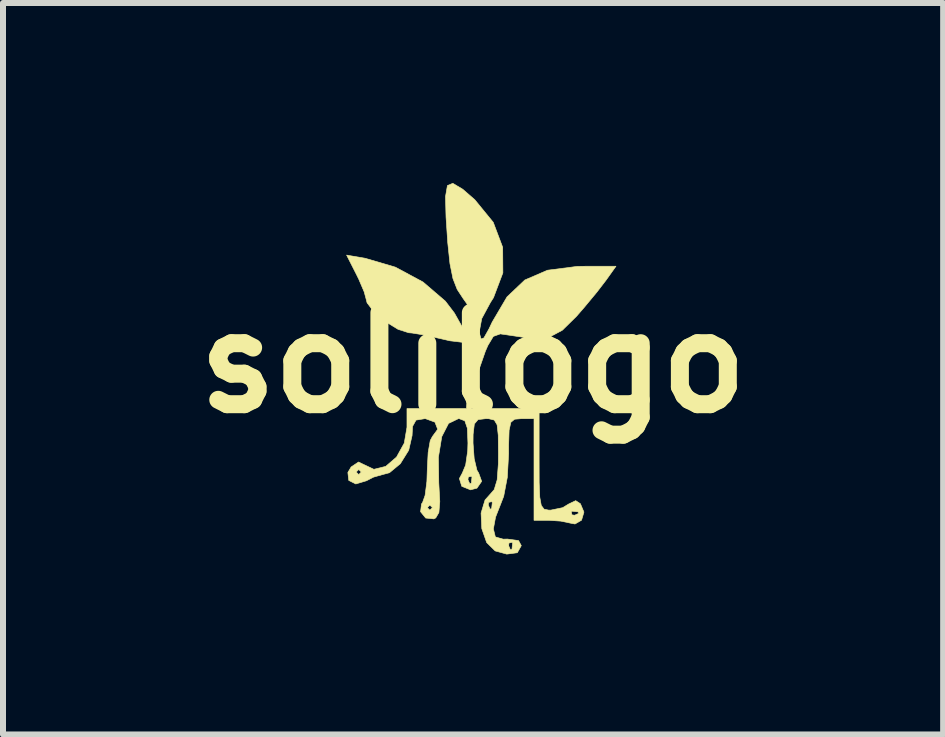
<source format=kicad_pcb>
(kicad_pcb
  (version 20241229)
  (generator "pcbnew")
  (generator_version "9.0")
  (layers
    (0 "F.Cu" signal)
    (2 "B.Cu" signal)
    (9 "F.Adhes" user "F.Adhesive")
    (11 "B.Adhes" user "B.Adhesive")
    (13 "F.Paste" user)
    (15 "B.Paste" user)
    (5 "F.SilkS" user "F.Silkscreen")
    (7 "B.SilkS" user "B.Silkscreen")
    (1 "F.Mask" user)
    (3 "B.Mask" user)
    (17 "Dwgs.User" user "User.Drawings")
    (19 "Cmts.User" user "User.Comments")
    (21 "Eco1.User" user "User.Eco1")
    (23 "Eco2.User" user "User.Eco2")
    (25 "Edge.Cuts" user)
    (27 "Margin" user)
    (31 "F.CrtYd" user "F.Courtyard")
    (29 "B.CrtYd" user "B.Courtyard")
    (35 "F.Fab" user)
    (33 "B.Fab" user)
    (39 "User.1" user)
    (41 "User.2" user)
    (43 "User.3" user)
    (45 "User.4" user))
  (footprint "solilogo"
    (layer "F.Cu")
    (at 4.833 2.996)
    (property "Reference" "solilogo" (at 0 0 0) (layer "F.SilkS") (effects (font (size 1.524 1.524) (thickness 0.3))))
    (attr through_hole)
    (fp_poly (pts (xy -1.794 -1.741) (xy -1.294 -1.594) (xy -0.833 -1.346) (xy -0.462 -1.028) (xy -0.311 -0.83) (xy -0.181 -0.599) (xy -0.105 -0.426) (xy -0.097 -0.365) (xy -0.189 -0.343) (xy -0.387 -0.367) (xy -0.508 -0.395) (xy -0.782 -0.457) (xy -1.014 -0.496) (xy -1.073 -0.501) (xy -1.25 -0.558) (xy -1.462 -0.688) (xy -1.652 -0.85) (xy -1.766 -1) (xy -1.778 -1.048) (xy -1.814 -1.182) (xy -1.905 -1.395) (xy -1.943 -1.472) (xy -2.107 -1.795) (xy -1.794 -1.741)) (stroke (width 0.01) (type solid)) (fill yes) (layer "F.SilkS"))
    (fp_poly (pts (xy -0.171 -2.892) (xy 0.029 -2.718) (xy 0.337 -2.341) (xy 0.494 -1.925) (xy 0.497 -1.499) (xy 0.341 -1.086) (xy 0.29 -1.006) (xy 0.145 -0.737) (xy 0.103 -0.512) (xy 0.106 -0.494) (xy 0.134 -0.397) (xy 0.181 -0.415) (xy 0.266 -0.566) (xy 0.32 -0.68) (xy 0.566 -1.098) (xy 0.863 -1.38) (xy 1.241 -1.543) (xy 1.732 -1.606) (xy 1.874 -1.609) (xy 2.382 -1.609) (xy 2.216 -1.376) (xy 2.064 -1.178) (xy 1.855 -0.926) (xy 1.724 -0.775) (xy 1.487 -0.542) (xy 1.265 -0.424) (xy 0.999 -0.401) (xy 0.659 -0.452) (xy 0.454 -0.482) (xy 0.338 -0.44) (xy 0.248 -0.29) (xy 0.206 -0.194) (xy 0.101 0.107) (xy 0.028 0.415) (xy 0.023 0.445) (xy -0.022 0.762) (xy 1.101 0.762) (xy 1.101 1.609) (xy 1.102 1.993) (xy 1.112 2.239) (xy 1.137 2.377) (xy 1.184 2.439) (xy 1.261 2.455) (xy 1.295 2.455) (xy 1.494 2.414) (xy 1.592 2.354) (xy 1.711 2.297) (xy 1.789 2.348) (xy 1.848 2.488) (xy 1.808 2.623) (xy 1.699 2.686) (xy 1.643 2.676) (xy 1.461 2.638) (xy 1.263 2.625) (xy 1.016 2.625) (xy 1.016 2.484) (xy 1.637 2.484) (xy 1.649 2.534) (xy 1.693 2.54) (xy 1.763 2.509) (xy 1.75 2.484) (xy 1.649 2.473) (xy 1.637 2.484) (xy 1.016 2.484) (xy 1.016 0.931) (xy 0.804 0.931) (xy 0.693 0.94) (xy 0.63 0.992) (xy 0.601 1.123) (xy 0.593 1.372) (xy 0.593 1.514) (xy 0.571 1.909) (xy 0.511 2.224) (xy 0.466 2.34) (xy 0.375 2.572) (xy 0.339 2.768) (xy 0.372 2.902) (xy 0.504 2.939) (xy 0.572 2.937) (xy 0.758 2.962) (xy 0.804 3.047) (xy 0.738 3.165) (xy 0.562 3.188) (xy 0.369 3.135) (xy 0.28 3.048) (xy 0.593 3.048) (xy 0.624 3.118) (xy 0.649 3.104) (xy 0.659 3.004) (xy 0.649 2.992) (xy 0.599 3.003) (xy 0.593 3.048) (xy 0.28 3.048) (xy 0.227 2.995) (xy 0.146 2.763) (xy 0.134 2.504) (xy 0.174 2.371) (xy 0.254 2.371) (xy 0.285 2.44) (xy 0.31 2.427) (xy 0.321 2.327) (xy 0.31 2.314) (xy 0.26 2.326) (xy 0.254 2.371) (xy 0.174 2.371) (xy 0.2 2.286) (xy 0.266 2.212) (xy 0.353 2.113) (xy 0.402 1.951) (xy 0.422 1.682) (xy 0.423 1.514) (xy 0.42 1.207) (xy 0.401 1.033) (xy 0.354 0.954) (xy 0.263 0.932) (xy 0.212 0.931) (xy 0.084 0.946) (xy 0.022 1.019) (xy 0.001 1.194) (xy 0 1.338) (xy 0.019 1.597) (xy 0.065 1.79) (xy 0.094 1.838) (xy 0.144 1.975) (xy 0.065 2.089) (xy -0.042 2.117) (xy -0.188 2.058) (xy -0.222 1.947) (xy -0.085 1.947) (xy -0.054 2.017) (xy -0.028 2.004) (xy -0.018 1.903) (xy -0.028 1.891) (xy -0.079 1.903) (xy -0.085 1.947) (xy -0.222 1.947) (xy -0.228 1.929) (xy -0.179 1.838) (xy -0.123 1.703) (xy -0.089 1.467) (xy -0.085 1.338) (xy -0.095 1.089) (xy -0.137 0.967) (xy -0.227 0.932) (xy -0.244 0.931) (xy -0.408 1.01) (xy -0.521 1.23) (xy -0.577 1.573) (xy -0.571 1.999) (xy -0.554 2.312) (xy -0.569 2.495) (xy -0.621 2.584) (xy -0.653 2.601) (xy -0.789 2.587) (xy -0.875 2.481) (xy -0.866 2.413) (xy -0.762 2.413) (xy -0.72 2.455) (xy -0.677 2.413) (xy -0.72 2.371) (xy -0.762 2.413) (xy -0.866 2.413) (xy -0.859 2.352) (xy -0.843 2.333) (xy -0.799 2.209) (xy -0.769 1.975) (xy -0.762 1.766) (xy -0.748 1.494) (xy -0.713 1.295) (xy -0.677 1.228) (xy -0.589 1.108) (xy -0.635 0.989) (xy -0.79 0.932) (xy -0.804 0.931) (xy -0.95 0.955) (xy -1.008 1.06) (xy -1.016 1.213) (xy -1.072 1.457) (xy -1.212 1.682) (xy -1.393 1.832) (xy -1.509 1.863) (xy -1.658 1.905) (xy -1.777 1.966) (xy -1.954 2.019) (xy -2.071 1.96) (xy -2.086 1.828) (xy -2.081 1.82) (xy -1.947 1.82) (xy -1.905 1.863) (xy -1.863 1.82) (xy -1.905 1.778) (xy -1.947 1.82) (xy -2.081 1.82) (xy -2.032 1.736) (xy -1.908 1.653) (xy -1.832 1.69) (xy -1.652 1.775) (xy -1.455 1.726) (xy -1.275 1.571) (xy -1.146 1.338) (xy -1.101 1.074) (xy -1.101 0.762) (xy -0.11 0.762) (xy -0.053 -0.048) (xy -0.029 -0.432) (xy -0.027 -0.69) (xy -0.05 -0.86) (xy -0.103 -0.985) (xy -0.165 -1.072) (xy -0.264 -1.223) (xy -0.335 -1.405) (xy -0.385 -1.654) (xy -0.422 -2.006) (xy -0.45 -2.427) (xy -0.459 -2.769) (xy -0.427 -2.954) (xy -0.337 -2.991) (xy -0.171 -2.892)) (stroke (width 0.01) (type solid)) (fill yes) (layer "F.SilkS")))
  (gr_rect
    (start -3 -3)
    (end 12.667 9.189)
    (stroke (width 0.1) (type default))
    (fill no)
    (layer "Edge.Cuts")))
</source>
